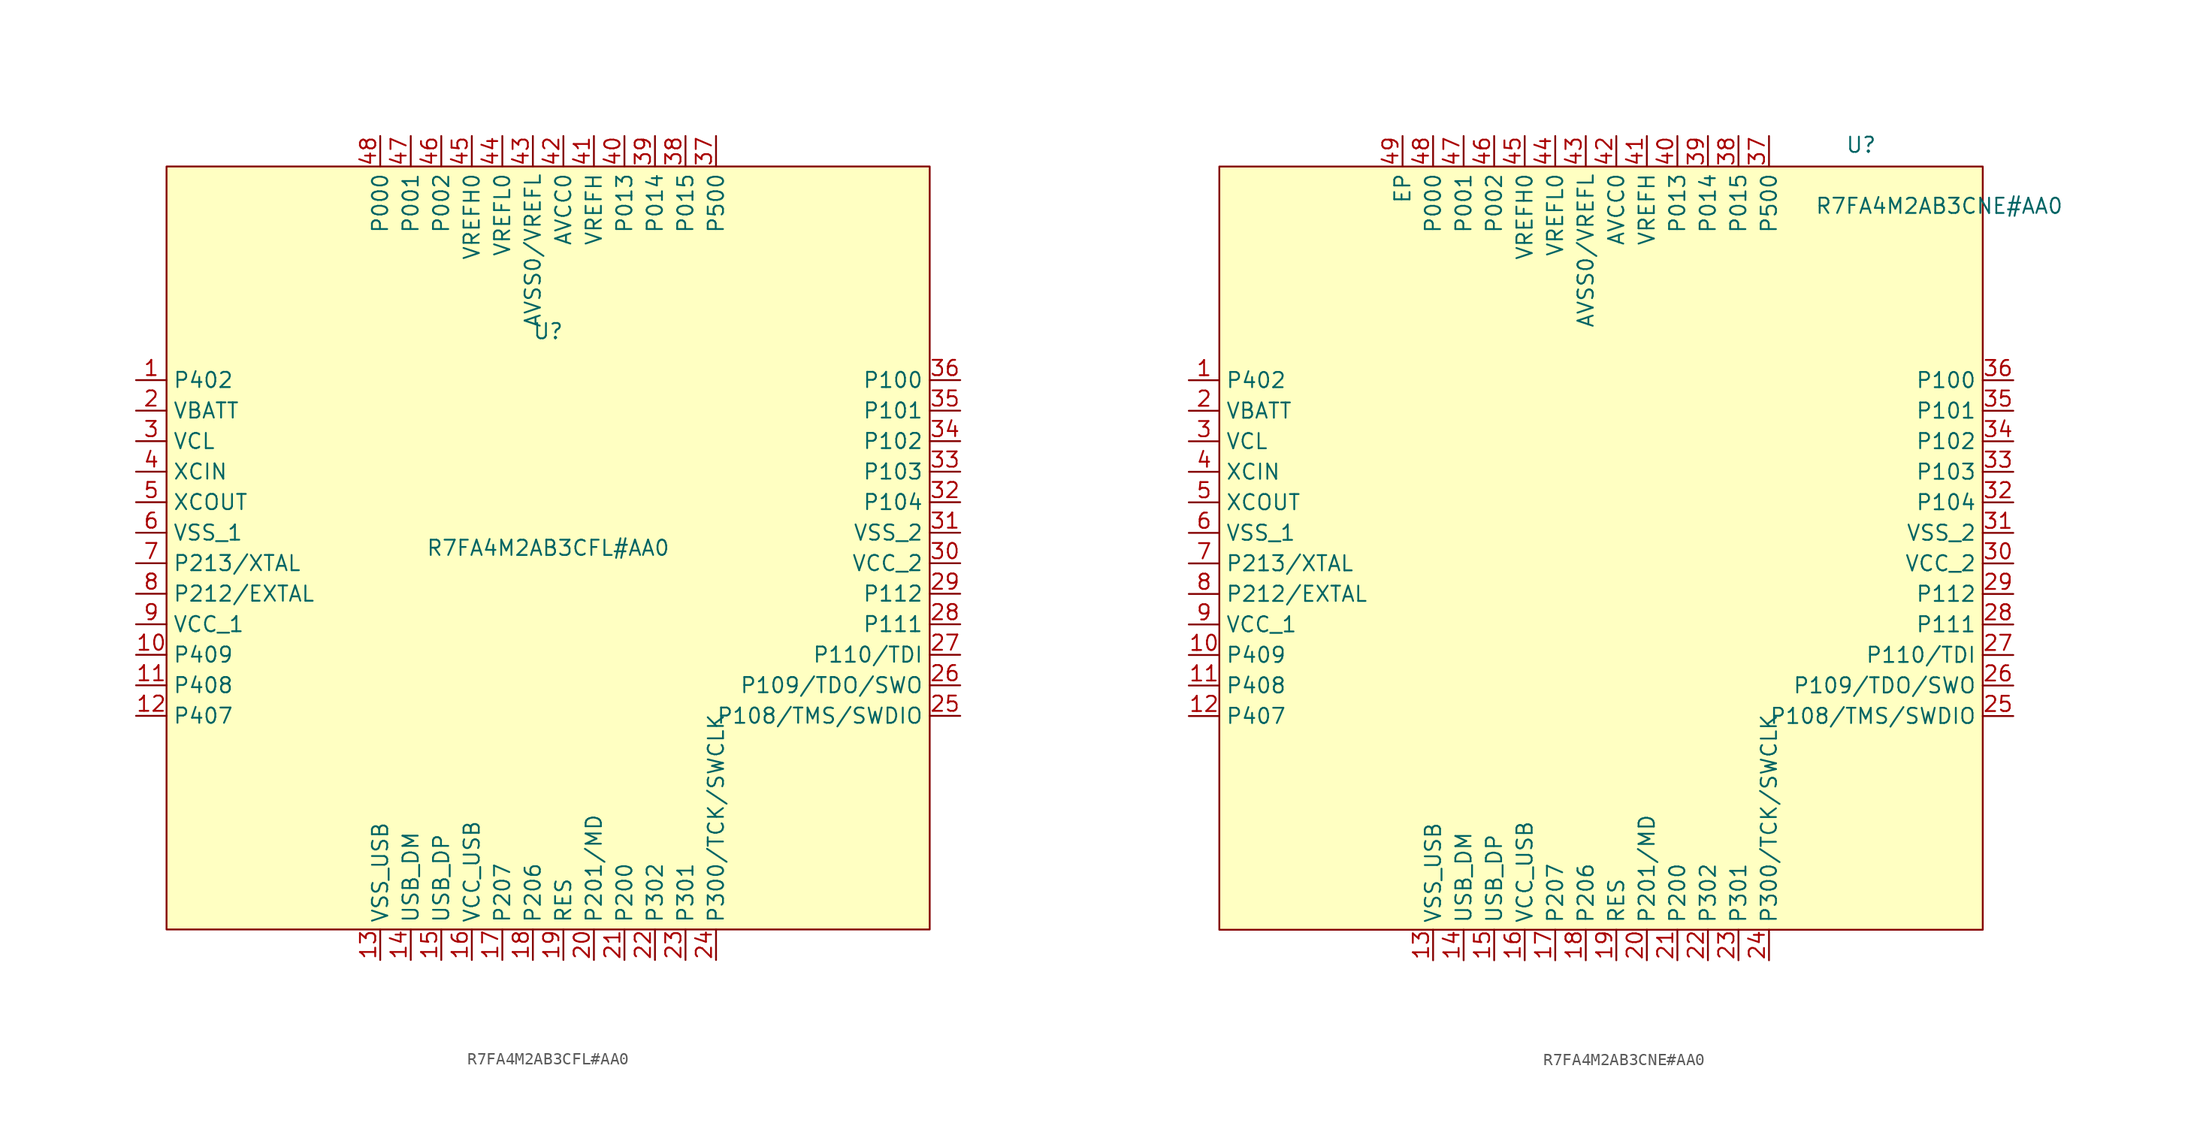
<source format=kicad_sym>
(kicad_symbol_lib
  (version 20230620)
  (generator kicad_symbol_editor)
  (symbol "R7FA4M2AB3CFL#AA0"
    (property "Reference" "U"
      (at 0 18.034 0)
      (effects (font (size 1.27 1.27))))
    (property "Value" "R7FA4M2AB3CFL#AA0"
      (at 0 0 0)
      (effects (font (size 1.27 1.27))))
    (symbol "R7FA4M2AB3CFL#AA0_1_1"
      (rectangle (start -31.75 31.75) (end 31.75 -31.75) (stroke (width 0) (type default)) (fill (type background)))
      (pin passive line (at -34.29 13.97 0) (length 2.54) (name "P402" (effects (font (size 1.27 1.27)))) (number "1" (effects (font (size 1.27 1.27)))))
      (pin passive line (at -34.29 -8.89 0) (length 2.54) (name "P409" (effects (font (size 1.27 1.27)))) (number "10" (effects (font (size 1.27 1.27)))))
      (pin passive line (at -34.29 -11.43 0) (length 2.54) (name "P408" (effects (font (size 1.27 1.27)))) (number "11" (effects (font (size 1.27 1.27)))))
      (pin passive line (at -34.29 -13.97 0) (length 2.54) (name "P407" (effects (font (size 1.27 1.27)))) (number "12" (effects (font (size 1.27 1.27)))))
      (pin passive line (at -13.97 -34.29 90) (length 2.54) (name "VSS_USB" (effects (font (size 1.27 1.27)))) (number "13" (effects (font (size 1.27 1.27)))))
      (pin passive line (at -11.43 -34.29 90) (length 2.54) (name "USB_DM" (effects (font (size 1.27 1.27)))) (number "14" (effects (font (size 1.27 1.27)))))
      (pin passive line (at -8.89 -34.29 90) (length 2.54) (name "USB_DP" (effects (font (size 1.27 1.27)))) (number "15" (effects (font (size 1.27 1.27)))))
      (pin passive line (at -6.35 -34.29 90) (length 2.54) (name "VCC_USB" (effects (font (size 1.27 1.27)))) (number "16" (effects (font (size 1.27 1.27)))))
      (pin passive line (at -3.81 -34.29 90) (length 2.54) (name "P207" (effects (font (size 1.27 1.27)))) (number "17" (effects (font (size 1.27 1.27)))))
      (pin passive line (at -1.27 -34.29 90) (length 2.54) (name "P206" (effects (font (size 1.27 1.27)))) (number "18" (effects (font (size 1.27 1.27)))))
      (pin passive line (at 1.27 -34.29 90) (length 2.54) (name "RES" (effects (font (size 1.27 1.27)))) (number "19" (effects (font (size 1.27 1.27)))))
      (pin passive line (at -34.29 11.43 0) (length 2.54) (name "VBATT" (effects (font (size 1.27 1.27)))) (number "2" (effects (font (size 1.27 1.27)))))
      (pin passive line (at 3.81 -34.29 90) (length 2.54) (name "P201/MD" (effects (font (size 1.27 1.27)))) (number "20" (effects (font (size 1.27 1.27)))))
      (pin passive line (at 6.35 -34.29 90) (length 2.54) (name "P200" (effects (font (size 1.27 1.27)))) (number "21" (effects (font (size 1.27 1.27)))))
      (pin passive line (at 8.89 -34.29 90) (length 2.54) (name "P302" (effects (font (size 1.27 1.27)))) (number "22" (effects (font (size 1.27 1.27)))))
      (pin passive line (at 11.43 -34.29 90) (length 2.54) (name "P301" (effects (font (size 1.27 1.27)))) (number "23" (effects (font (size 1.27 1.27)))))
      (pin passive line (at 13.97 -34.29 90) (length 2.54) (name "P300/TCK/SWCLK" (effects (font (size 1.27 1.27)))) (number "24" (effects (font (size 1.27 1.27)))))
      (pin passive line (at 34.29 -13.97 180) (length 2.54) (name "P108/TMS/SWDIO" (effects (font (size 1.27 1.27)))) (number "25" (effects (font (size 1.27 1.27)))))
      (pin passive line (at 34.29 -11.43 180) (length 2.54) (name "P109/TDO/SWO" (effects (font (size 1.27 1.27)))) (number "26" (effects (font (size 1.27 1.27)))))
      (pin passive line (at 34.29 -8.89 180) (length 2.54) (name "P110/TDI" (effects (font (size 1.27 1.27)))) (number "27" (effects (font (size 1.27 1.27)))))
      (pin passive line (at 34.29 -6.35 180) (length 2.54) (name "P111" (effects (font (size 1.27 1.27)))) (number "28" (effects (font (size 1.27 1.27)))))
      (pin passive line (at 34.29 -3.81 180) (length 2.54) (name "P112" (effects (font (size 1.27 1.27)))) (number "29" (effects (font (size 1.27 1.27)))))
      (pin passive line (at -34.29 8.89 0) (length 2.54) (name "VCL" (effects (font (size 1.27 1.27)))) (number "3" (effects (font (size 1.27 1.27)))))
      (pin passive line (at 34.29 -1.27 180) (length 2.54) (name "VCC_2" (effects (font (size 1.27 1.27)))) (number "30" (effects (font (size 1.27 1.27)))))
      (pin passive line (at 34.29 1.27 180) (length 2.54) (name "VSS_2" (effects (font (size 1.27 1.27)))) (number "31" (effects (font (size 1.27 1.27)))))
      (pin passive line (at 34.29 3.81 180) (length 2.54) (name "P104" (effects (font (size 1.27 1.27)))) (number "32" (effects (font (size 1.27 1.27)))))
      (pin passive line (at 34.29 6.35 180) (length 2.54) (name "P103" (effects (font (size 1.27 1.27)))) (number "33" (effects (font (size 1.27 1.27)))))
      (pin passive line (at 34.29 8.89 180) (length 2.54) (name "P102" (effects (font (size 1.27 1.27)))) (number "34" (effects (font (size 1.27 1.27)))))
      (pin passive line (at 34.29 11.43 180) (length 2.54) (name "P101" (effects (font (size 1.27 1.27)))) (number "35" (effects (font (size 1.27 1.27)))))
      (pin passive line (at 34.29 13.97 180) (length 2.54) (name "P100" (effects (font (size 1.27 1.27)))) (number "36" (effects (font (size 1.27 1.27)))))
      (pin passive line (at 13.97 34.29 270) (length 2.54) (name "P500" (effects (font (size 1.27 1.27)))) (number "37" (effects (font (size 1.27 1.27)))))
      (pin passive line (at 11.43 34.29 270) (length 2.54) (name "P015" (effects (font (size 1.27 1.27)))) (number "38" (effects (font (size 1.27 1.27)))))
      (pin passive line (at 8.89 34.29 270) (length 2.54) (name "P014" (effects (font (size 1.27 1.27)))) (number "39" (effects (font (size 1.27 1.27)))))
      (pin passive line (at -34.29 6.35 0) (length 2.54) (name "XCIN" (effects (font (size 1.27 1.27)))) (number "4" (effects (font (size 1.27 1.27)))))
      (pin passive line (at 6.35 34.29 270) (length 2.54) (name "P013" (effects (font (size 1.27 1.27)))) (number "40" (effects (font (size 1.27 1.27)))))
      (pin passive line (at 3.81 34.29 270) (length 2.54) (name "VREFH" (effects (font (size 1.27 1.27)))) (number "41" (effects (font (size 1.27 1.27)))))
      (pin passive line (at 1.27 34.29 270) (length 2.54) (name "AVCC0" (effects (font (size 1.27 1.27)))) (number "42" (effects (font (size 1.27 1.27)))))
      (pin passive line (at -1.27 34.29 270) (length 2.54) (name "AVSS0/VREFL" (effects (font (size 1.27 1.27)))) (number "43" (effects (font (size 1.27 1.27)))))
      (pin passive line (at -3.81 34.29 270) (length 2.54) (name "VREFL0" (effects (font (size 1.27 1.27)))) (number "44" (effects (font (size 1.27 1.27)))))
      (pin passive line (at -6.35 34.29 270) (length 2.54) (name "VREFH0" (effects (font (size 1.27 1.27)))) (number "45" (effects (font (size 1.27 1.27)))))
      (pin passive line (at -8.89 34.29 270) (length 2.54) (name "P002" (effects (font (size 1.27 1.27)))) (number "46" (effects (font (size 1.27 1.27)))))
      (pin passive line (at -11.43 34.29 270) (length 2.54) (name "P001" (effects (font (size 1.27 1.27)))) (number "47" (effects (font (size 1.27 1.27)))))
      (pin passive line (at -13.97 34.29 270) (length 2.54) (name "P000" (effects (font (size 1.27 1.27)))) (number "48" (effects (font (size 1.27 1.27)))))
      (pin passive line (at -34.29 3.81 0) (length 2.54) (name "XCOUT" (effects (font (size 1.27 1.27)))) (number "5" (effects (font (size 1.27 1.27)))))
      (pin passive line (at -34.29 1.27 0) (length 2.54) (name "VSS_1" (effects (font (size 1.27 1.27)))) (number "6" (effects (font (size 1.27 1.27)))))
      (pin passive line (at -34.29 -1.27 0) (length 2.54) (name "P213/XTAL" (effects (font (size 1.27 1.27)))) (number "7" (effects (font (size 1.27 1.27)))))
      (pin passive line (at -34.29 -3.81 0) (length 2.54) (name "P212/EXTAL" (effects (font (size 1.27 1.27)))) (number "8" (effects (font (size 1.27 1.27)))))
      (pin passive line (at -34.29 -6.35 0) (length 2.54) (name "VCC_1" (effects (font (size 1.27 1.27)))) (number "9" (effects (font (size 1.27 1.27)))))))
  (symbol "R7FA4M2AB3CNE#AA0"
    (property "Reference" "U"
      (at 20.32 34.29 0)
      (effects (font (size 1.27 1.27)) (justify left top)))
    (property "Value" "R7FA4M2AB3CNE#AA0"
      (at 17.78 29.21 0)
      (effects (font (size 1.27 1.27)) (justify left top)))
    (symbol "R7FA4M2AB3CNE#AA0_1_1"
      (rectangle (start -31.75 31.75) (end 31.75 -31.75) (stroke (width 0) (type default)) (fill (type background)))
      (pin passive line (at -34.29 13.97 0) (length 2.54) (name "P402" (effects (font (size 1.27 1.27)))) (number "1" (effects (font (size 1.27 1.27)))))
      (pin passive line (at -34.29 -8.89 0) (length 2.54) (name "P409" (effects (font (size 1.27 1.27)))) (number "10" (effects (font (size 1.27 1.27)))))
      (pin passive line (at -34.29 -11.43 0) (length 2.54) (name "P408" (effects (font (size 1.27 1.27)))) (number "11" (effects (font (size 1.27 1.27)))))
      (pin passive line (at -34.29 -13.97 0) (length 2.54) (name "P407" (effects (font (size 1.27 1.27)))) (number "12" (effects (font (size 1.27 1.27)))))
      (pin passive line (at -13.97 -34.29 90) (length 2.54) (name "VSS_USB" (effects (font (size 1.27 1.27)))) (number "13" (effects (font (size 1.27 1.27)))))
      (pin passive line (at -11.43 -34.29 90) (length 2.54) (name "USB_DM" (effects (font (size 1.27 1.27)))) (number "14" (effects (font (size 1.27 1.27)))))
      (pin passive line (at -8.89 -34.29 90) (length 2.54) (name "USB_DP" (effects (font (size 1.27 1.27)))) (number "15" (effects (font (size 1.27 1.27)))))
      (pin passive line (at -6.35 -34.29 90) (length 2.54) (name "VCC_USB" (effects (font (size 1.27 1.27)))) (number "16" (effects (font (size 1.27 1.27)))))
      (pin passive line (at -3.81 -34.29 90) (length 2.54) (name "P207" (effects (font (size 1.27 1.27)))) (number "17" (effects (font (size 1.27 1.27)))))
      (pin passive line (at -1.27 -34.29 90) (length 2.54) (name "P206" (effects (font (size 1.27 1.27)))) (number "18" (effects (font (size 1.27 1.27)))))
      (pin passive line (at 1.27 -34.29 90) (length 2.54) (name "RES" (effects (font (size 1.27 1.27)))) (number "19" (effects (font (size 1.27 1.27)))))
      (pin passive line (at -34.29 11.43 0) (length 2.54) (name "VBATT" (effects (font (size 1.27 1.27)))) (number "2" (effects (font (size 1.27 1.27)))))
      (pin passive line (at 3.81 -34.29 90) (length 2.54) (name "P201/MD" (effects (font (size 1.27 1.27)))) (number "20" (effects (font (size 1.27 1.27)))))
      (pin passive line (at 6.35 -34.29 90) (length 2.54) (name "P200" (effects (font (size 1.27 1.27)))) (number "21" (effects (font (size 1.27 1.27)))))
      (pin passive line (at 8.89 -34.29 90) (length 2.54) (name "P302" (effects (font (size 1.27 1.27)))) (number "22" (effects (font (size 1.27 1.27)))))
      (pin passive line (at 11.43 -34.29 90) (length 2.54) (name "P301" (effects (font (size 1.27 1.27)))) (number "23" (effects (font (size 1.27 1.27)))))
      (pin passive line (at 13.97 -34.29 90) (length 2.54) (name "P300/TCK/SWCLK" (effects (font (size 1.27 1.27)))) (number "24" (effects (font (size 1.27 1.27)))))
      (pin passive line (at 34.29 -13.97 180) (length 2.54) (name "P108/TMS/SWDIO" (effects (font (size 1.27 1.27)))) (number "25" (effects (font (size 1.27 1.27)))))
      (pin passive line (at 34.29 -11.43 180) (length 2.54) (name "P109/TDO/SWO" (effects (font (size 1.27 1.27)))) (number "26" (effects (font (size 1.27 1.27)))))
      (pin passive line (at 34.29 -8.89 180) (length 2.54) (name "P110/TDI" (effects (font (size 1.27 1.27)))) (number "27" (effects (font (size 1.27 1.27)))))
      (pin passive line (at 34.29 -6.35 180) (length 2.54) (name "P111" (effects (font (size 1.27 1.27)))) (number "28" (effects (font (size 1.27 1.27)))))
      (pin passive line (at 34.29 -3.81 180) (length 2.54) (name "P112" (effects (font (size 1.27 1.27)))) (number "29" (effects (font (size 1.27 1.27)))))
      (pin passive line (at -34.29 8.89 0) (length 2.54) (name "VCL" (effects (font (size 1.27 1.27)))) (number "3" (effects (font (size 1.27 1.27)))))
      (pin passive line (at 34.29 -1.27 180) (length 2.54) (name "VCC_2" (effects (font (size 1.27 1.27)))) (number "30" (effects (font (size 1.27 1.27)))))
      (pin passive line (at 34.29 1.27 180) (length 2.54) (name "VSS_2" (effects (font (size 1.27 1.27)))) (number "31" (effects (font (size 1.27 1.27)))))
      (pin passive line (at 34.29 3.81 180) (length 2.54) (name "P104" (effects (font (size 1.27 1.27)))) (number "32" (effects (font (size 1.27 1.27)))))
      (pin passive line (at 34.29 6.35 180) (length 2.54) (name "P103" (effects (font (size 1.27 1.27)))) (number "33" (effects (font (size 1.27 1.27)))))
      (pin passive line (at 34.29 8.89 180) (length 2.54) (name "P102" (effects (font (size 1.27 1.27)))) (number "34" (effects (font (size 1.27 1.27)))))
      (pin passive line (at 34.29 11.43 180) (length 2.54) (name "P101" (effects (font (size 1.27 1.27)))) (number "35" (effects (font (size 1.27 1.27)))))
      (pin passive line (at 34.29 13.97 180) (length 2.54) (name "P100" (effects (font (size 1.27 1.27)))) (number "36" (effects (font (size 1.27 1.27)))))
      (pin passive line (at 13.97 34.29 270) (length 2.54) (name "P500" (effects (font (size 1.27 1.27)))) (number "37" (effects (font (size 1.27 1.27)))))
      (pin passive line (at 11.43 34.29 270) (length 2.54) (name "P015" (effects (font (size 1.27 1.27)))) (number "38" (effects (font (size 1.27 1.27)))))
      (pin passive line (at 8.89 34.29 270) (length 2.54) (name "P014" (effects (font (size 1.27 1.27)))) (number "39" (effects (font (size 1.27 1.27)))))
      (pin passive line (at -34.29 6.35 0) (length 2.54) (name "XCIN" (effects (font (size 1.27 1.27)))) (number "4" (effects (font (size 1.27 1.27)))))
      (pin passive line (at 6.35 34.29 270) (length 2.54) (name "P013" (effects (font (size 1.27 1.27)))) (number "40" (effects (font (size 1.27 1.27)))))
      (pin passive line (at 3.81 34.29 270) (length 2.54) (name "VREFH" (effects (font (size 1.27 1.27)))) (number "41" (effects (font (size 1.27 1.27)))))
      (pin passive line (at 1.27 34.29 270) (length 2.54) (name "AVCC0" (effects (font (size 1.27 1.27)))) (number "42" (effects (font (size 1.27 1.27)))))
      (pin passive line (at -1.27 34.29 270) (length 2.54) (name "AVSS0/VREFL" (effects (font (size 1.27 1.27)))) (number "43" (effects (font (size 1.27 1.27)))))
      (pin passive line (at -3.81 34.29 270) (length 2.54) (name "VREFL0" (effects (font (size 1.27 1.27)))) (number "44" (effects (font (size 1.27 1.27)))))
      (pin passive line (at -6.35 34.29 270) (length 2.54) (name "VREFH0" (effects (font (size 1.27 1.27)))) (number "45" (effects (font (size 1.27 1.27)))))
      (pin passive line (at -8.89 34.29 270) (length 2.54) (name "P002" (effects (font (size 1.27 1.27)))) (number "46" (effects (font (size 1.27 1.27)))))
      (pin passive line (at -11.43 34.29 270) (length 2.54) (name "P001" (effects (font (size 1.27 1.27)))) (number "47" (effects (font (size 1.27 1.27)))))
      (pin passive line (at -13.97 34.29 270) (length 2.54) (name "P000" (effects (font (size 1.27 1.27)))) (number "48" (effects (font (size 1.27 1.27)))))
      (pin passive line (at -16.51 34.29 270) (length 2.54) (name "EP" (effects (font (size 1.27 1.27)))) (number "49" (effects (font (size 1.27 1.27)))))
      (pin passive line (at -34.29 3.81 0) (length 2.54) (name "XCOUT" (effects (font (size 1.27 1.27)))) (number "5" (effects (font (size 1.27 1.27)))))
      (pin passive line (at -34.29 1.27 0) (length 2.54) (name "VSS_1" (effects (font (size 1.27 1.27)))) (number "6" (effects (font (size 1.27 1.27)))))
      (pin passive line (at -34.29 -1.27 0) (length 2.54) (name "P213/XTAL" (effects (font (size 1.27 1.27)))) (number "7" (effects (font (size 1.27 1.27)))))
      (pin passive line (at -34.29 -3.81 0) (length 2.54) (name "P212/EXTAL" (effects (font (size 1.27 1.27)))) (number "8" (effects (font (size 1.27 1.27)))))
      (pin passive line (at -34.29 -6.35 0) (length 2.54) (name "VCC_1" (effects (font (size 1.27 1.27)))) (number "9" (effects (font (size 1.27 1.27))))))))
</source>
